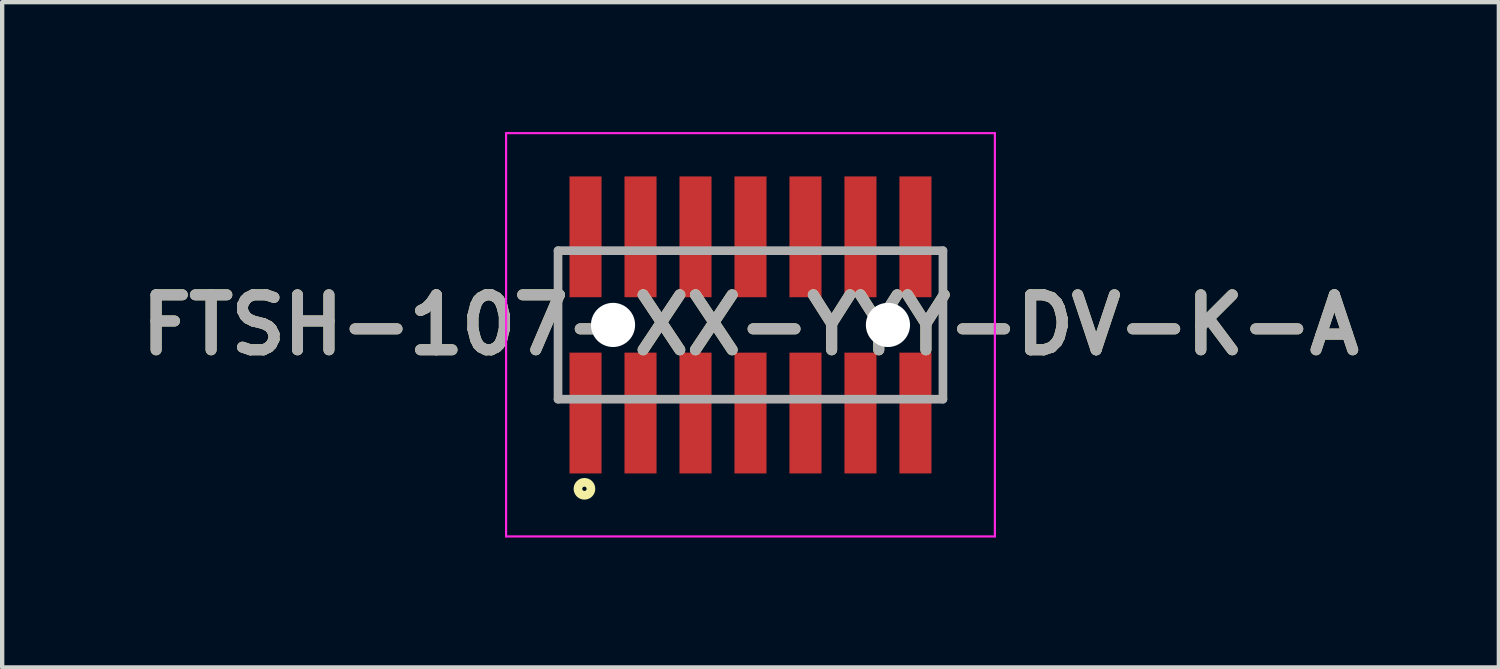
<source format=kicad_pcb>
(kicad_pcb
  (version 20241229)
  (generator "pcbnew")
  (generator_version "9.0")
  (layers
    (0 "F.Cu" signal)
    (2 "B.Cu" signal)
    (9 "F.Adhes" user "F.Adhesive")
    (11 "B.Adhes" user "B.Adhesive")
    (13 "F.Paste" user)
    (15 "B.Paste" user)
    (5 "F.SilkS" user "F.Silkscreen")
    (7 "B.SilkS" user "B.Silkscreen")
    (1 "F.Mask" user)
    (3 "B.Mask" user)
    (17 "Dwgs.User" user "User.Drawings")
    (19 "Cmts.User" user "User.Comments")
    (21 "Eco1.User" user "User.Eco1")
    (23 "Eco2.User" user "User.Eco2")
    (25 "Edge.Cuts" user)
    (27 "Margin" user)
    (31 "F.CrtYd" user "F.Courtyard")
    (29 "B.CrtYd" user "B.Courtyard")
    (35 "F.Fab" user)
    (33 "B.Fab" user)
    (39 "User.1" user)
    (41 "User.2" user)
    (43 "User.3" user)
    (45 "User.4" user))
  (footprint "FTSH-107-XX-YYY-DV-K-A"
    (layer "F.Cu")
    (at 14.284 4.455)
    (property "Reference" "FTSH-107-XX-YYY-DV-K-A" (at 0 0 0) (layer "F.SilkS") (effects (font (size 1.27 1.27) (thickness 0.254))))
    (attr through_hole)
    (fp_line (start -4.445 1.715) (end -4.445 -1.715) (stroke (width 0.1) (type solid)) (layer "F.SilkS"))
    (fp_line (start 4.445 -1.715) (end 4.445 1.715) (stroke (width 0.1) (type solid)) (layer "F.SilkS"))
    (fp_circle (center -3.835 3.785) (end -3.835 3.835) (stroke (width 0.2) (type solid)) (fill no) (layer "F.SilkS"))
    (fp_line (start -5.645 -4.43) (end 5.645 -4.43) (stroke (width 0.05) (type solid)) (layer "F.CrtYd"))
    (fp_line (start -5.645 4.885) (end -5.645 -4.43) (stroke (width 0.05) (type solid)) (layer "F.CrtYd"))
    (fp_line (start 5.645 -4.43) (end 5.645 4.885) (stroke (width 0.05) (type solid)) (layer "F.CrtYd"))
    (fp_line (start 5.645 4.885) (end -5.645 4.885) (stroke (width 0.05) (type solid)) (layer "F.CrtYd"))
    (fp_line (start -4.445 -1.715) (end 4.445 -1.715) (stroke (width 0.2) (type solid)) (layer "F.Fab"))
    (fp_line (start -4.445 1.715) (end -4.445 -1.715) (stroke (width 0.2) (type solid)) (layer "F.Fab"))
    (fp_line (start 4.445 -1.715) (end 4.445 1.715) (stroke (width 0.2) (type solid)) (layer "F.Fab"))
    (fp_line (start 4.445 1.715) (end -4.445 1.715) (stroke (width 0.2) (type solid)) (layer "F.Fab"))
    (fp_text user "${REFERENCE}" (at 0 0 0) (layer "F.Fab") (effects (font (size 1.27 1.27) (thickness 0.254))))
    (pad "" np_thru_hole circle (at -3.175 0) (size 1.02 1.02) (drill 1.02) (layers "*.Cu" "*.Mask"))
    (pad "" np_thru_hole circle (at 3.175 0) (size 1.02 1.02) (drill 1.02) (layers "*.Cu" "*.Mask"))
    (pad "1" smd rect (at -3.81 2.035) (size 0.74 2.79) (layers "F.Cu" "F.Mask" "F.Paste"))
    (pad "2" smd rect (at -3.81 -2.035) (size 0.74 2.79) (layers "F.Cu" "F.Mask" "F.Paste"))
    (pad "3" smd rect (at -2.54 2.035) (size 0.74 2.79) (layers "F.Cu" "F.Mask" "F.Paste"))
    (pad "4" smd rect (at -2.54 -2.035) (size 0.74 2.79) (layers "F.Cu" "F.Mask" "F.Paste"))
    (pad "5" smd rect (at -1.27 2.035) (size 0.74 2.79) (layers "F.Cu" "F.Mask" "F.Paste"))
    (pad "6" smd rect (at -1.27 -2.035) (size 0.74 2.79) (layers "F.Cu" "F.Mask" "F.Paste"))
    (pad "7" smd rect (at 0 2.035) (size 0.74 2.79) (layers "F.Cu" "F.Mask" "F.Paste"))
    (pad "8" smd rect (at 0 -2.035) (size 0.74 2.79) (layers "F.Cu" "F.Mask" "F.Paste"))
    (pad "9" smd rect (at 1.27 2.035) (size 0.74 2.79) (layers "F.Cu" "F.Mask" "F.Paste"))
    (pad "10" smd rect (at 1.27 -2.035) (size 0.74 2.79) (layers "F.Cu" "F.Mask" "F.Paste"))
    (pad "11" smd rect (at 2.54 2.035) (size 0.74 2.79) (layers "F.Cu" "F.Mask" "F.Paste"))
    (pad "12" smd rect (at 2.54 -2.035) (size 0.74 2.79) (layers "F.Cu" "F.Mask" "F.Paste"))
    (pad "13" smd rect (at 3.81 2.035) (size 0.74 2.79) (layers "F.Cu" "F.Mask" "F.Paste"))
    (pad "14" smd rect (at 3.81 -2.035) (size 0.74 2.79) (layers "F.Cu" "F.Mask" "F.Paste")))
  (gr_rect
    (start -3 -3)
    (end 31.569 12.365)
    (stroke (width 0.1) (type default))
    (fill no)
    (layer "Edge.Cuts")))
</source>
